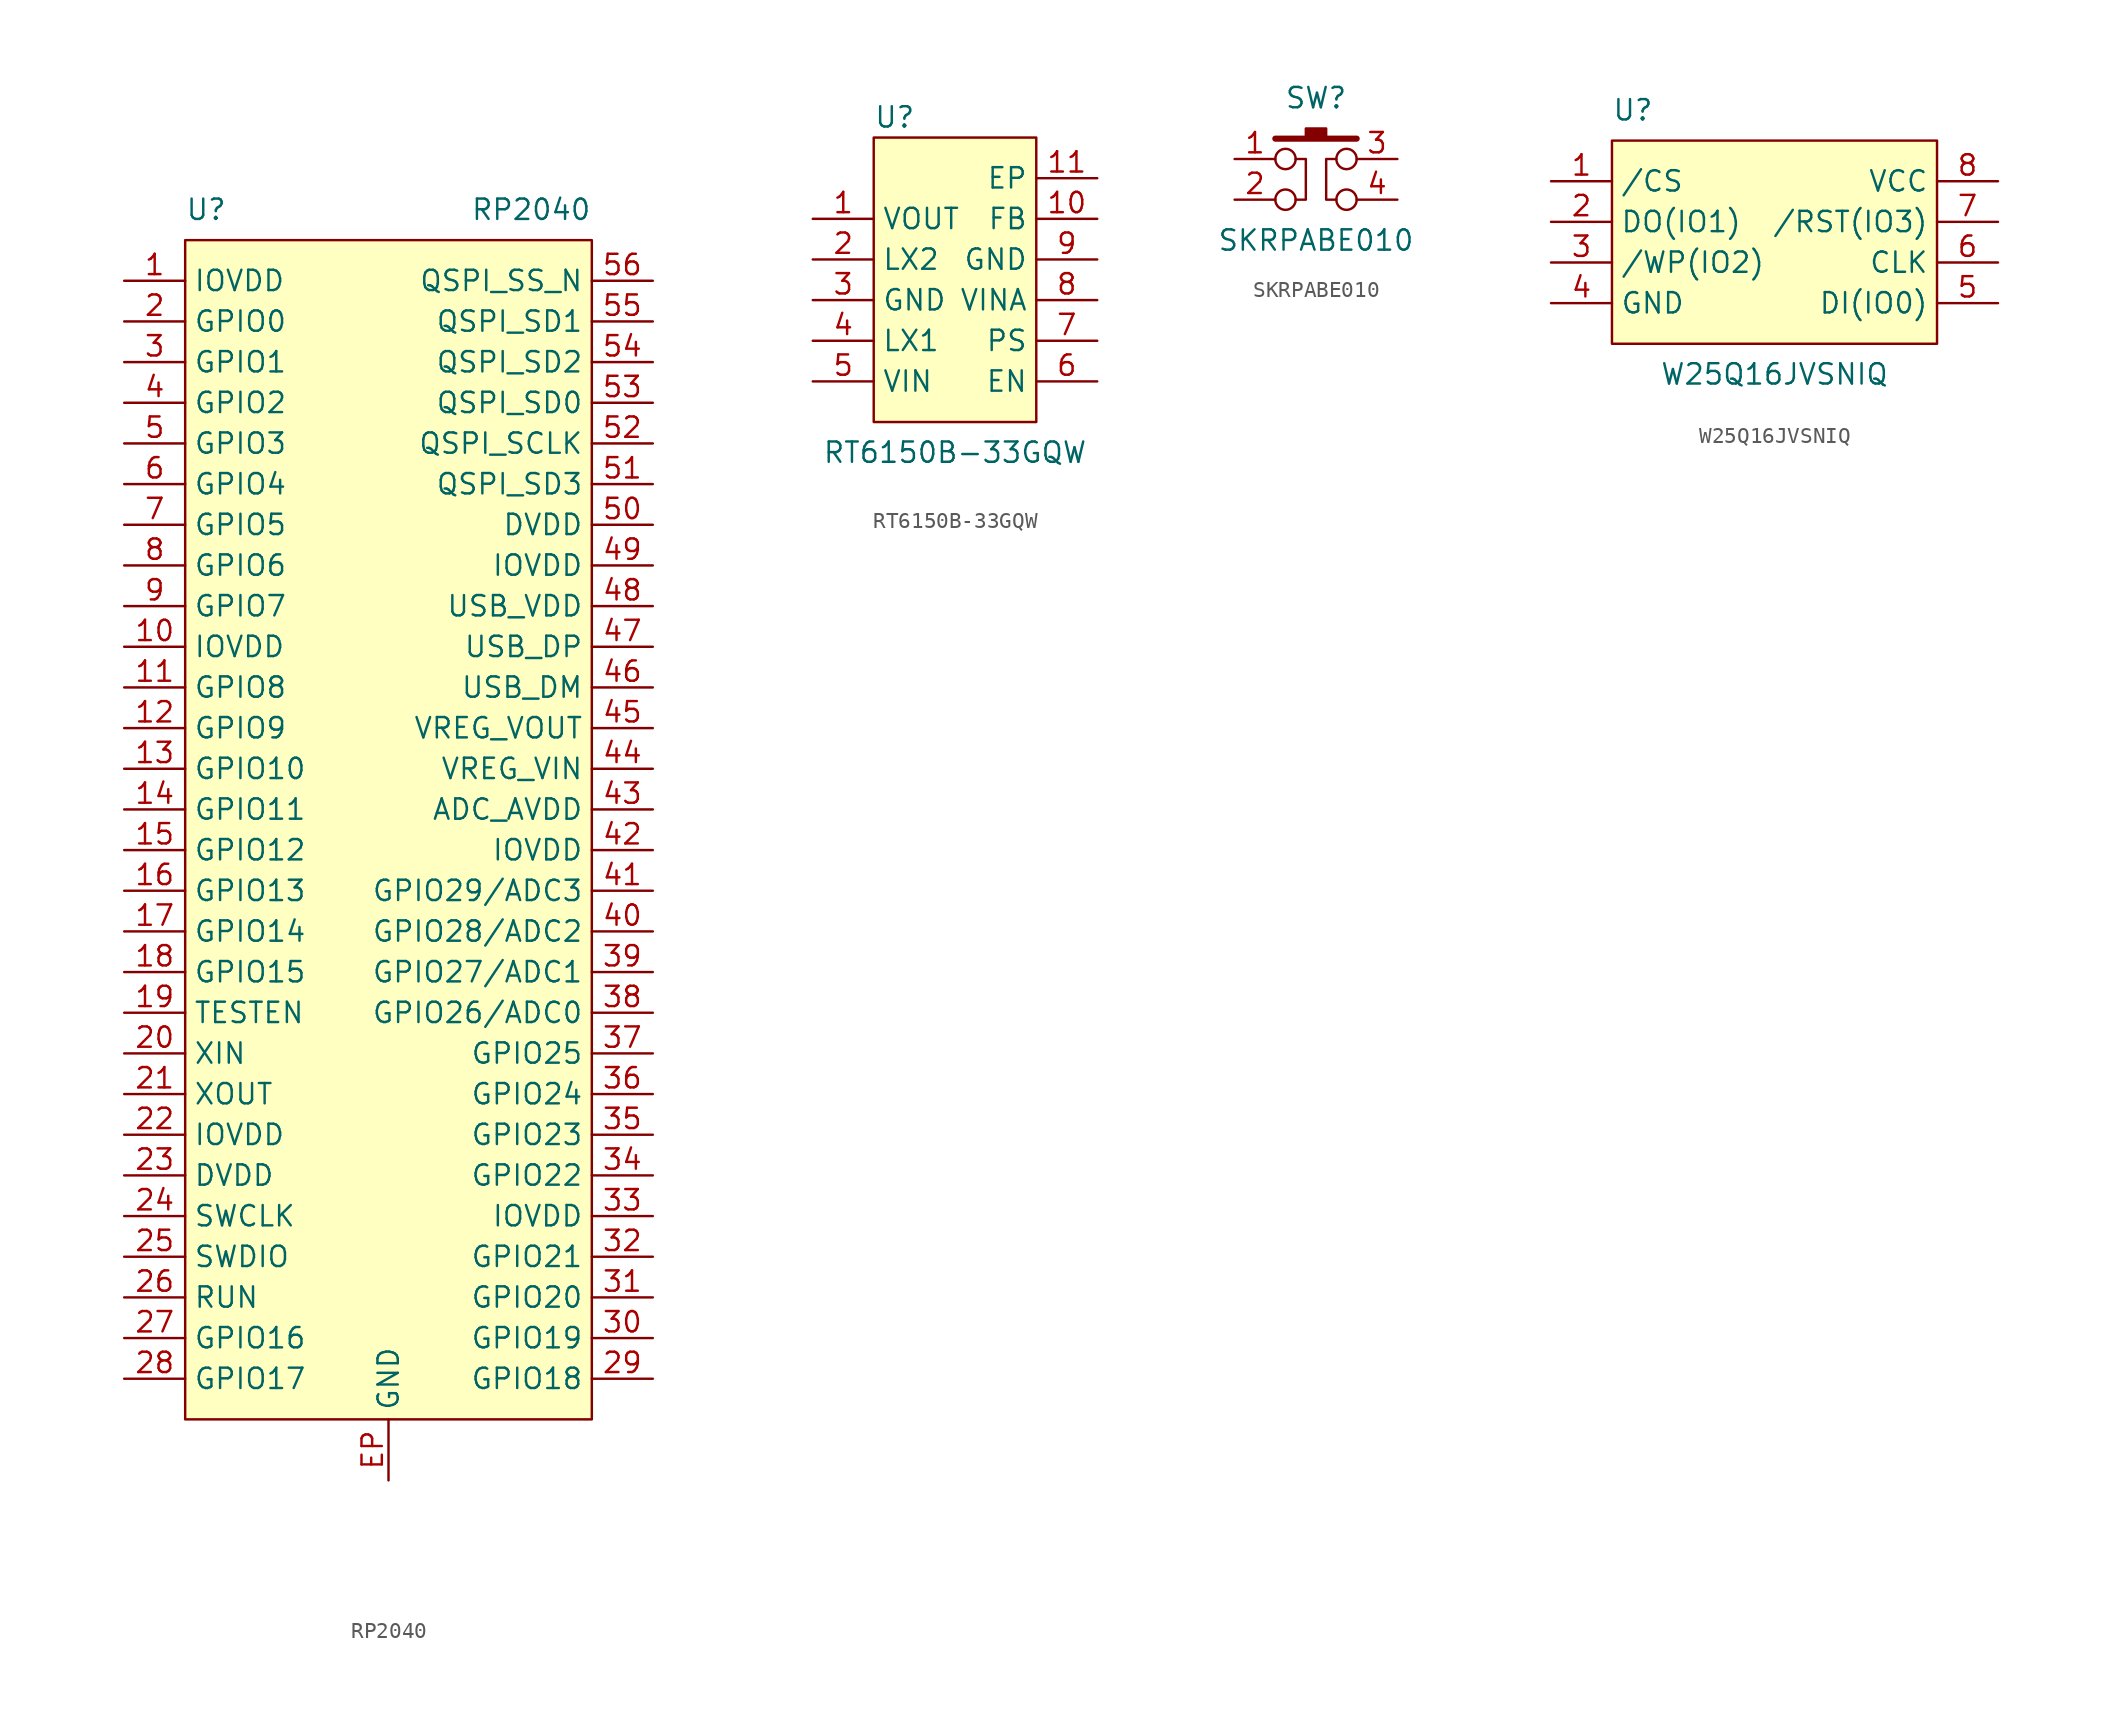
<source format=kicad_sym>
(kicad_symbol_lib
  (version 20211014)
  (generator kicad_symbol_editor)
  (symbol "RP2040"
    (property "Reference" "U"
      (at -12.7 38.735 0)
      (effects (font (size 1.27 1.27)) (justify left)))
    (property "Value" "RP2040"
      (at 12.7 38.735 0)
      (effects (font (size 1.27 1.27)) (justify right)))
    (symbol "RP2040_0_1"
      (rectangle (start -12.7 36.83) (end 12.7 -36.83) (stroke (width 0) (type default) (color 0 0 0 0)) (fill (type background))))
    (symbol "RP2040_1_1"
      (pin power_in line (at -16.51 34.29 0) (length 3.81) (name "IOVDD" (effects (font (size 1.27 1.27)))) (number "1" (effects (font (size 1.27 1.27)))))
      (pin power_in line (at -16.51 11.43 0) (length 3.81) (name "IOVDD" (effects (font (size 1.27 1.27)))) (number "10" (effects (font (size 1.27 1.27)))))
      (pin passive line (at -16.51 8.89 0) (length 3.81) (name "GPIO8" (effects (font (size 1.27 1.27)))) (number "11" (effects (font (size 1.27 1.27)))))
      (pin passive line (at -16.51 6.35 0) (length 3.81) (name "GPIO9" (effects (font (size 1.27 1.27)))) (number "12" (effects (font (size 1.27 1.27)))))
      (pin passive line (at -16.51 3.81 0) (length 3.81) (name "GPIO10" (effects (font (size 1.27 1.27)))) (number "13" (effects (font (size 1.27 1.27)))))
      (pin passive line (at -16.51 1.27 0) (length 3.81) (name "GPIO11" (effects (font (size 1.27 1.27)))) (number "14" (effects (font (size 1.27 1.27)))))
      (pin power_in line (at -16.51 -1.27 0) (length 3.81) (name "GPIO12" (effects (font (size 1.27 1.27)))) (number "15" (effects (font (size 1.27 1.27)))))
      (pin passive line (at -16.51 -3.81 0) (length 3.81) (name "GPIO13" (effects (font (size 1.27 1.27)))) (number "16" (effects (font (size 1.27 1.27)))))
      (pin passive line (at -16.51 -6.35 0) (length 3.81) (name "GPIO14" (effects (font (size 1.27 1.27)))) (number "17" (effects (font (size 1.27 1.27)))))
      (pin passive line (at -16.51 -8.89 0) (length 3.81) (name "GPIO15" (effects (font (size 1.27 1.27)))) (number "18" (effects (font (size 1.27 1.27)))))
      (pin passive line (at -16.51 -11.43 0) (length 3.81) (name "TESTEN" (effects (font (size 1.27 1.27)))) (number "19" (effects (font (size 1.27 1.27)))))
      (pin passive line (at -16.51 31.75 0) (length 3.81) (name "GPIO0" (effects (font (size 1.27 1.27)))) (number "2" (effects (font (size 1.27 1.27)))))
      (pin passive line (at -16.51 -13.97 0) (length 3.81) (name "XIN" (effects (font (size 1.27 1.27)))) (number "20" (effects (font (size 1.27 1.27)))))
      (pin passive line (at -16.51 -16.51 0) (length 3.81) (name "XOUT" (effects (font (size 1.27 1.27)))) (number "21" (effects (font (size 1.27 1.27)))))
      (pin power_in line (at -16.51 -19.05 0) (length 3.81) (name "IOVDD" (effects (font (size 1.27 1.27)))) (number "22" (effects (font (size 1.27 1.27)))))
      (pin power_in line (at -16.51 -21.59 0) (length 3.81) (name "DVDD" (effects (font (size 1.27 1.27)))) (number "23" (effects (font (size 1.27 1.27)))))
      (pin passive line (at -16.51 -24.13 0) (length 3.81) (name "SWCLK" (effects (font (size 1.27 1.27)))) (number "24" (effects (font (size 1.27 1.27)))))
      (pin passive line (at -16.51 -26.67 0) (length 3.81) (name "SWDIO" (effects (font (size 1.27 1.27)))) (number "25" (effects (font (size 1.27 1.27)))))
      (pin passive line (at -16.51 -29.21 0) (length 3.81) (name "RUN" (effects (font (size 1.27 1.27)))) (number "26" (effects (font (size 1.27 1.27)))))
      (pin passive line (at -16.51 -31.75 0) (length 3.81) (name "GPIO16" (effects (font (size 1.27 1.27)))) (number "27" (effects (font (size 1.27 1.27)))))
      (pin passive line (at -16.51 -34.29 0) (length 3.81) (name "GPIO17" (effects (font (size 1.27 1.27)))) (number "28" (effects (font (size 1.27 1.27)))))
      (pin passive line (at 16.51 -34.29 180) (length 3.81) (name "GPIO18" (effects (font (size 1.27 1.27)))) (number "29" (effects (font (size 1.27 1.27)))))
      (pin passive line (at -16.51 29.21 0) (length 3.81) (name "GPIO1" (effects (font (size 1.27 1.27)))) (number "3" (effects (font (size 1.27 1.27)))))
      (pin passive line (at 16.51 -31.75 180) (length 3.81) (name "GPIO19" (effects (font (size 1.27 1.27)))) (number "30" (effects (font (size 1.27 1.27)))))
      (pin passive line (at 16.51 -29.21 180) (length 3.81) (name "GPIO20" (effects (font (size 1.27 1.27)))) (number "31" (effects (font (size 1.27 1.27)))))
      (pin passive line (at 16.51 -26.67 180) (length 3.81) (name "GPIO21" (effects (font (size 1.27 1.27)))) (number "32" (effects (font (size 1.27 1.27)))))
      (pin power_in line (at 16.51 -24.13 180) (length 3.81) (name "IOVDD" (effects (font (size 1.27 1.27)))) (number "33" (effects (font (size 1.27 1.27)))))
      (pin passive line (at 16.51 -21.59 180) (length 3.81) (name "GPIO22" (effects (font (size 1.27 1.27)))) (number "34" (effects (font (size 1.27 1.27)))))
      (pin passive line (at 16.51 -19.05 180) (length 3.81) (name "GPIO23" (effects (font (size 1.27 1.27)))) (number "35" (effects (font (size 1.27 1.27)))))
      (pin passive line (at 16.51 -16.51 180) (length 3.81) (name "GPIO24" (effects (font (size 1.27 1.27)))) (number "36" (effects (font (size 1.27 1.27)))))
      (pin passive line (at 16.51 -13.97 180) (length 3.81) (name "GPIO25" (effects (font (size 1.27 1.27)))) (number "37" (effects (font (size 1.27 1.27)))))
      (pin passive line (at 16.51 -11.43 180) (length 3.81) (name "GPIO26/ADC0" (effects (font (size 1.27 1.27)))) (number "38" (effects (font (size 1.27 1.27)))))
      (pin passive line (at 16.51 -8.89 180) (length 3.81) (name "GPIO27/ADC1" (effects (font (size 1.27 1.27)))) (number "39" (effects (font (size 1.27 1.27)))))
      (pin passive line (at -16.51 26.67 0) (length 3.81) (name "GPIO2" (effects (font (size 1.27 1.27)))) (number "4" (effects (font (size 1.27 1.27)))))
      (pin passive line (at 16.51 -6.35 180) (length 3.81) (name "GPIO28/ADC2" (effects (font (size 1.27 1.27)))) (number "40" (effects (font (size 1.27 1.27)))))
      (pin passive line (at 16.51 -3.81 180) (length 3.81) (name "GPIO29/ADC3" (effects (font (size 1.27 1.27)))) (number "41" (effects (font (size 1.27 1.27)))))
      (pin power_in line (at 16.51 -1.27 180) (length 3.81) (name "IOVDD" (effects (font (size 1.27 1.27)))) (number "42" (effects (font (size 1.27 1.27)))))
      (pin power_in line (at 16.51 1.27 180) (length 3.81) (name "ADC_AVDD" (effects (font (size 1.27 1.27)))) (number "43" (effects (font (size 1.27 1.27)))))
      (pin power_in line (at 16.51 3.81 180) (length 3.81) (name "VREG_VIN" (effects (font (size 1.27 1.27)))) (number "44" (effects (font (size 1.27 1.27)))))
      (pin power_out line (at 16.51 6.35 180) (length 3.81) (name "VREG_VOUT" (effects (font (size 1.27 1.27)))) (number "45" (effects (font (size 1.27 1.27)))))
      (pin passive line (at 16.51 8.89 180) (length 3.81) (name "USB_DM" (effects (font (size 1.27 1.27)))) (number "46" (effects (font (size 1.27 1.27)))))
      (pin passive line (at 16.51 11.43 180) (length 3.81) (name "USB_DP" (effects (font (size 1.27 1.27)))) (number "47" (effects (font (size 1.27 1.27)))))
      (pin power_in line (at 16.51 13.97 180) (length 3.81) (name "USB_VDD" (effects (font (size 1.27 1.27)))) (number "48" (effects (font (size 1.27 1.27)))))
      (pin power_in line (at 16.51 16.51 180) (length 3.81) (name "IOVDD" (effects (font (size 1.27 1.27)))) (number "49" (effects (font (size 1.27 1.27)))))
      (pin passive line (at -16.51 24.13 0) (length 3.81) (name "GPIO3" (effects (font (size 1.27 1.27)))) (number "5" (effects (font (size 1.27 1.27)))))
      (pin power_in line (at 16.51 19.05 180) (length 3.81) (name "DVDD" (effects (font (size 1.27 1.27)))) (number "50" (effects (font (size 1.27 1.27)))))
      (pin passive line (at 16.51 21.59 180) (length 3.81) (name "QSPI_SD3" (effects (font (size 1.27 1.27)))) (number "51" (effects (font (size 1.27 1.27)))))
      (pin passive line (at 16.51 24.13 180) (length 3.81) (name "QSPI_SCLK" (effects (font (size 1.27 1.27)))) (number "52" (effects (font (size 1.27 1.27)))))
      (pin passive line (at 16.51 26.67 180) (length 3.81) (name "QSPI_SD0" (effects (font (size 1.27 1.27)))) (number "53" (effects (font (size 1.27 1.27)))))
      (pin passive line (at 16.51 29.21 180) (length 3.81) (name "QSPI_SD2" (effects (font (size 1.27 1.27)))) (number "54" (effects (font (size 1.27 1.27)))))
      (pin passive line (at 16.51 31.75 180) (length 3.81) (name "QSPI_SD1" (effects (font (size 1.27 1.27)))) (number "55" (effects (font (size 1.27 1.27)))))
      (pin passive line (at 16.51 34.29 180) (length 3.81) (name "QSPI_SS_N" (effects (font (size 1.27 1.27)))) (number "56" (effects (font (size 1.27 1.27)))))
      (pin passive line (at -16.51 21.59 0) (length 3.81) (name "GPIO4" (effects (font (size 1.27 1.27)))) (number "6" (effects (font (size 1.27 1.27)))))
      (pin passive line (at -16.51 19.05 0) (length 3.81) (name "GPIO5" (effects (font (size 1.27 1.27)))) (number "7" (effects (font (size 1.27 1.27)))))
      (pin passive line (at -16.51 16.51 0) (length 3.81) (name "GPIO6" (effects (font (size 1.27 1.27)))) (number "8" (effects (font (size 1.27 1.27)))))
      (pin passive line (at -16.51 13.97 0) (length 3.81) (name "GPIO7" (effects (font (size 1.27 1.27)))) (number "9" (effects (font (size 1.27 1.27)))))
      (pin power_in line (at 0 -40.64 90) (length 3.81) (name "GND" (effects (font (size 1.27 1.27)))) (number "EP" (effects (font (size 1.27 1.27)))))))
  (symbol "RT6150B-33GQW"
    (property "Reference" "U"
      (at -5.08 10.16 0)
      (effects (font (size 1.27 1.27)) (justify left)))
    (property "Value" "RT6150B-33GQW"
      (at 0 -10.795 0)
      (effects (font (size 1.27 1.27))))
    (symbol "RT6150B-33GQW_0_1"
      (rectangle (start -5.08 8.89) (end 5.08 -8.89) (stroke (width 0) (type default) (color 0 0 0 0)) (fill (type background))))
    (symbol "RT6150B-33GQW_1_1"
      (pin power_in line (at -8.89 3.81 0) (length 3.81) (name "VOUT" (effects (font (size 1.27 1.27)))) (number "1" (effects (font (size 1.27 1.27)))))
      (pin passive line (at 8.89 3.81 180) (length 3.81) (name "FB" (effects (font (size 1.27 1.27)))) (number "10" (effects (font (size 1.27 1.27)))))
      (pin power_in line (at 8.89 6.35 180) (length 3.81) (name "EP" (effects (font (size 1.27 1.27)))) (number "11" (effects (font (size 1.27 1.27)))))
      (pin passive line (at -8.89 1.27 0) (length 3.81) (name "LX2" (effects (font (size 1.27 1.27)))) (number "2" (effects (font (size 1.27 1.27)))))
      (pin power_in line (at -8.89 -1.27 0) (length 3.81) (name "GND" (effects (font (size 1.27 1.27)))) (number "3" (effects (font (size 1.27 1.27)))))
      (pin passive line (at -8.89 -3.81 0) (length 3.81) (name "LX1" (effects (font (size 1.27 1.27)))) (number "4" (effects (font (size 1.27 1.27)))))
      (pin power_in line (at -8.89 -6.35 0) (length 3.81) (name "VIN" (effects (font (size 1.27 1.27)))) (number "5" (effects (font (size 1.27 1.27)))))
      (pin passive line (at 8.89 -6.35 180) (length 3.81) (name "EN" (effects (font (size 1.27 1.27)))) (number "6" (effects (font (size 1.27 1.27)))))
      (pin passive line (at 8.89 -3.81 180) (length 3.81) (name "PS" (effects (font (size 1.27 1.27)))) (number "7" (effects (font (size 1.27 1.27)))))
      (pin power_in line (at 8.89 -1.27 180) (length 3.81) (name "VINA" (effects (font (size 1.27 1.27)))) (number "8" (effects (font (size 1.27 1.27)))))
      (pin power_in line (at 8.89 1.27 180) (length 3.81) (name "GND" (effects (font (size 1.27 1.27)))) (number "9" (effects (font (size 1.27 1.27)))))))
  (symbol "SKRPABE010"
    (property "Reference" "SW"
      (at 0 5.08 0)
      (effects (font (size 1.27 1.27))))
    (property "Value" "SKRPABE010"
      (at 0 -3.81 0)
      (effects (font (size 1.27 1.27))))
    (symbol "SKRPABE010_0_1"
      (circle (center -1.905 -1.27) (radius 0.635) (stroke (width 0) (type default) (color 0 0 0 0)) (fill (type none)))
      (circle (center -1.905 1.27) (radius 0.635) (stroke (width 0) (type default) (color 0 0 0 0)) (fill (type none)))
      (rectangle (start -0.635 3.175) (end 0.635 2.54) (stroke (width 0) (type default) (color 0 0 0 0)) (fill (type outline)))
      (polyline (pts (xy -1.27 1.27) (xy -0.635 1.27) (xy -0.635 -1.27) (xy -1.27 -1.27)) (stroke (width 0) (type default) (color 0 0 0 0)) (fill (type none)))
      (polyline (pts (xy 1.27 -1.27) (xy 0.635 -1.27) (xy 0.635 1.27) (xy 1.27 1.27)) (stroke (width 0) (type default) (color 0 0 0 0)) (fill (type none)))
      (circle (center 1.905 -1.27) (radius 0.635) (stroke (width 0) (type default) (color 0 0 0 0)) (fill (type none)))
      (circle (center 1.905 1.27) (radius 0.635) (stroke (width 0) (type default) (color 0 0 0 0)) (fill (type none)))
      (pin passive line (at -5.08 1.27 0) (length 2.54) (name "" (effects (font (size 1.27 1.27)))) (number "1" (effects (font (size 1.27 1.27)))))
      (pin passive line (at -5.08 -1.27 0) (length 2.54) (name "" (effects (font (size 1.27 1.27)))) (number "2" (effects (font (size 1.27 1.27)))))
      (pin passive line (at 5.08 1.27 180) (length 2.54) (name "" (effects (font (size 1.27 1.27)))) (number "3" (effects (font (size 1.27 1.27)))))
      (pin passive line (at 5.08 -1.27 180) (length 2.54) (name "" (effects (font (size 1.27 1.27)))) (number "4" (effects (font (size 1.27 1.27))))))
    (symbol "SKRPABE010_1_0"
      (polyline (pts (xy 2.54 2.54) (xy -2.54 2.54)) (stroke (width 0.381) (type default) (color 0 0 0 0)) (fill (type none)))))
  (symbol "W25Q16JVSNIQ"
    (property "Reference" "U"
      (at -10.16 8.255 0)
      (effects (font (size 1.27 1.27)) (justify left)))
    (property "Value" "W25Q16JVSNIQ"
      (at 0 -8.255 0)
      (effects (font (size 1.27 1.27))))
    (symbol "W25Q16JVSNIQ_0_1"
      (rectangle (start -10.16 6.35) (end 10.16 -6.35) (stroke (width 0) (type default) (color 0 0 0 0)) (fill (type background))))
    (symbol "W25Q16JVSNIQ_1_1"
      (pin passive line (at -13.97 3.81 0) (length 3.81) (name "/CS" (effects (font (size 1.27 1.27)))) (number "1" (effects (font (size 1.27 1.27)))))
      (pin passive line (at -13.97 1.27 0) (length 3.81) (name "DO(IO1)" (effects (font (size 1.27 1.27)))) (number "2" (effects (font (size 1.27 1.27)))))
      (pin passive line (at -13.97 -1.27 0) (length 3.81) (name "/WP(IO2)" (effects (font (size 1.27 1.27)))) (number "3" (effects (font (size 1.27 1.27)))))
      (pin power_in line (at -13.97 -3.81 0) (length 3.81) (name "GND" (effects (font (size 1.27 1.27)))) (number "4" (effects (font (size 1.27 1.27)))))
      (pin passive line (at 13.97 -3.81 180) (length 3.81) (name "DI(IO0)" (effects (font (size 1.27 1.27)))) (number "5" (effects (font (size 1.27 1.27)))))
      (pin passive line (at 13.97 -1.27 180) (length 3.81) (name "CLK" (effects (font (size 1.27 1.27)))) (number "6" (effects (font (size 1.27 1.27)))))
      (pin passive line (at 13.97 1.27 180) (length 3.81) (name "/RST(IO3)" (effects (font (size 1.27 1.27)))) (number "7" (effects (font (size 1.27 1.27)))))
      (pin power_in line (at 13.97 3.81 180) (length 3.81) (name "VCC" (effects (font (size 1.27 1.27)))) (number "8" (effects (font (size 1.27 1.27))))))))
</source>
